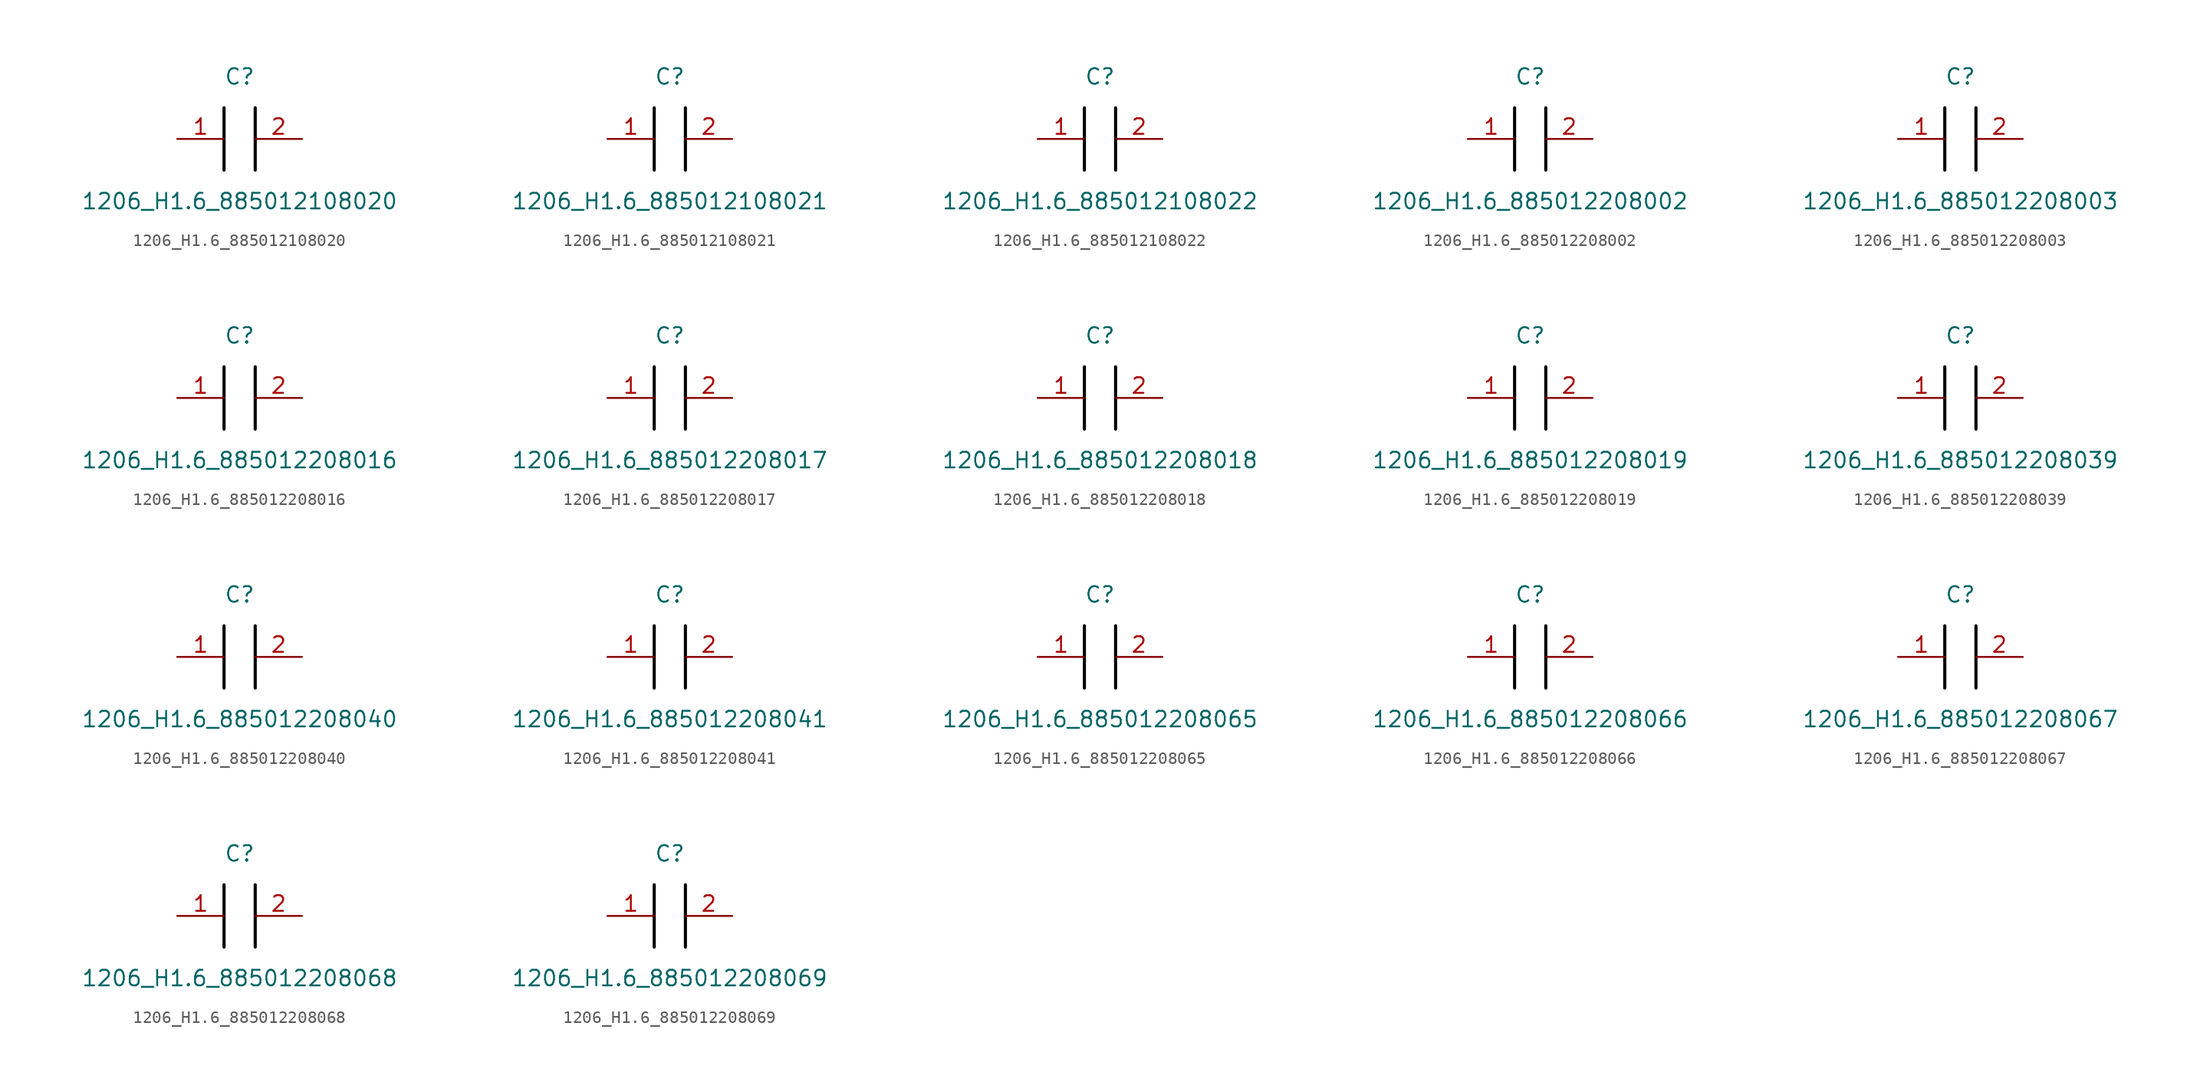
<source format=kicad_sym>
(kicad_symbol_lib
  (version 20220914)
  (generator kicad_symbol_editor)
  (symbol "1206_H1.6_885012108020"
    (pin_names hide)
    (property "Reference" "C"
      (at 0 5.08 0)
      (effects (font (size 1.27 1.27))))
    (property "Value" "1206_H1.6_885012108020"
      (at 0 -5.08 0)
      (effects (font (size 1.27 1.27))))
    (symbol "1206_H1.6_885012108020_1_1"
      (polyline (pts (xy -1.27 2.54) (xy -1.27 -2.54)) (stroke (width 0.254) (type default) (color 0 0 0 1)) (fill (type none)))
      (polyline (pts (xy 1.27 2.54) (xy 1.27 -2.54)) (stroke (width 0.254) (type default) (color 0 0 0 1)) (fill (type none)))
      (pin passive line (at -5.08 0 0) (length 3.81) (name "1" (effects (font (size 1.27 1.27)))) (number "1" (effects (font (size 1.27 1.27)))))
      (pin passive line (at 5.08 0 180) (length 3.81) (name "2" (effects (font (size 1.27 1.27)))) (number "2" (effects (font (size 1.27 1.27)))))))
  (symbol "1206_H1.6_885012108021"
    (pin_names hide)
    (property "Reference" "C"
      (at 0 5.08 0)
      (effects (font (size 1.27 1.27))))
    (property "Value" "1206_H1.6_885012108021"
      (at 0 -5.08 0)
      (effects (font (size 1.27 1.27))))
    (symbol "1206_H1.6_885012108021_1_1"
      (polyline (pts (xy -1.27 2.54) (xy -1.27 -2.54)) (stroke (width 0.254) (type default) (color 0 0 0 1)) (fill (type none)))
      (polyline (pts (xy 1.27 2.54) (xy 1.27 -2.54)) (stroke (width 0.254) (type default) (color 0 0 0 1)) (fill (type none)))
      (pin passive line (at -5.08 0 0) (length 3.81) (name "1" (effects (font (size 1.27 1.27)))) (number "1" (effects (font (size 1.27 1.27)))))
      (pin passive line (at 5.08 0 180) (length 3.81) (name "2" (effects (font (size 1.27 1.27)))) (number "2" (effects (font (size 1.27 1.27)))))))
  (symbol "1206_H1.6_885012108022"
    (pin_names hide)
    (property "Reference" "C"
      (at 0 5.08 0)
      (effects (font (size 1.27 1.27))))
    (property "Value" "1206_H1.6_885012108022"
      (at 0 -5.08 0)
      (effects (font (size 1.27 1.27))))
    (symbol "1206_H1.6_885012108022_1_1"
      (polyline (pts (xy -1.27 2.54) (xy -1.27 -2.54)) (stroke (width 0.254) (type default) (color 0 0 0 1)) (fill (type none)))
      (polyline (pts (xy 1.27 2.54) (xy 1.27 -2.54)) (stroke (width 0.254) (type default) (color 0 0 0 1)) (fill (type none)))
      (pin passive line (at -5.08 0 0) (length 3.81) (name "1" (effects (font (size 1.27 1.27)))) (number "1" (effects (font (size 1.27 1.27)))))
      (pin passive line (at 5.08 0 180) (length 3.81) (name "2" (effects (font (size 1.27 1.27)))) (number "2" (effects (font (size 1.27 1.27)))))))
  (symbol "1206_H1.6_885012208002"
    (pin_names hide)
    (property "Reference" "C"
      (at 0 5.08 0)
      (effects (font (size 1.27 1.27))))
    (property "Value" "1206_H1.6_885012208002"
      (at 0 -5.08 0)
      (effects (font (size 1.27 1.27))))
    (symbol "1206_H1.6_885012208002_1_1"
      (polyline (pts (xy -1.27 2.54) (xy -1.27 -2.54)) (stroke (width 0.254) (type default) (color 0 0 0 1)) (fill (type none)))
      (polyline (pts (xy 1.27 2.54) (xy 1.27 -2.54)) (stroke (width 0.254) (type default) (color 0 0 0 1)) (fill (type none)))
      (pin passive line (at -5.08 0 0) (length 3.81) (name "1" (effects (font (size 1.27 1.27)))) (number "1" (effects (font (size 1.27 1.27)))))
      (pin passive line (at 5.08 0 180) (length 3.81) (name "2" (effects (font (size 1.27 1.27)))) (number "2" (effects (font (size 1.27 1.27)))))))
  (symbol "1206_H1.6_885012208003"
    (pin_names hide)
    (property "Reference" "C"
      (at 0 5.08 0)
      (effects (font (size 1.27 1.27))))
    (property "Value" "1206_H1.6_885012208003"
      (at 0 -5.08 0)
      (effects (font (size 1.27 1.27))))
    (symbol "1206_H1.6_885012208003_1_1"
      (polyline (pts (xy -1.27 2.54) (xy -1.27 -2.54)) (stroke (width 0.254) (type default) (color 0 0 0 1)) (fill (type none)))
      (polyline (pts (xy 1.27 2.54) (xy 1.27 -2.54)) (stroke (width 0.254) (type default) (color 0 0 0 1)) (fill (type none)))
      (pin passive line (at -5.08 0 0) (length 3.81) (name "1" (effects (font (size 1.27 1.27)))) (number "1" (effects (font (size 1.27 1.27)))))
      (pin passive line (at 5.08 0 180) (length 3.81) (name "2" (effects (font (size 1.27 1.27)))) (number "2" (effects (font (size 1.27 1.27)))))))
  (symbol "1206_H1.6_885012208016"
    (pin_names hide)
    (property "Reference" "C"
      (at 0 5.08 0)
      (effects (font (size 1.27 1.27))))
    (property "Value" "1206_H1.6_885012208016"
      (at 0 -5.08 0)
      (effects (font (size 1.27 1.27))))
    (symbol "1206_H1.6_885012208016_1_1"
      (polyline (pts (xy -1.27 2.54) (xy -1.27 -2.54)) (stroke (width 0.254) (type default) (color 0 0 0 1)) (fill (type none)))
      (polyline (pts (xy 1.27 2.54) (xy 1.27 -2.54)) (stroke (width 0.254) (type default) (color 0 0 0 1)) (fill (type none)))
      (pin passive line (at -5.08 0 0) (length 3.81) (name "1" (effects (font (size 1.27 1.27)))) (number "1" (effects (font (size 1.27 1.27)))))
      (pin passive line (at 5.08 0 180) (length 3.81) (name "2" (effects (font (size 1.27 1.27)))) (number "2" (effects (font (size 1.27 1.27)))))))
  (symbol "1206_H1.6_885012208017"
    (pin_names hide)
    (property "Reference" "C"
      (at 0 5.08 0)
      (effects (font (size 1.27 1.27))))
    (property "Value" "1206_H1.6_885012208017"
      (at 0 -5.08 0)
      (effects (font (size 1.27 1.27))))
    (symbol "1206_H1.6_885012208017_1_1"
      (polyline (pts (xy -1.27 2.54) (xy -1.27 -2.54)) (stroke (width 0.254) (type default) (color 0 0 0 1)) (fill (type none)))
      (polyline (pts (xy 1.27 2.54) (xy 1.27 -2.54)) (stroke (width 0.254) (type default) (color 0 0 0 1)) (fill (type none)))
      (pin passive line (at -5.08 0 0) (length 3.81) (name "1" (effects (font (size 1.27 1.27)))) (number "1" (effects (font (size 1.27 1.27)))))
      (pin passive line (at 5.08 0 180) (length 3.81) (name "2" (effects (font (size 1.27 1.27)))) (number "2" (effects (font (size 1.27 1.27)))))))
  (symbol "1206_H1.6_885012208018"
    (pin_names hide)
    (property "Reference" "C"
      (at 0 5.08 0)
      (effects (font (size 1.27 1.27))))
    (property "Value" "1206_H1.6_885012208018"
      (at 0 -5.08 0)
      (effects (font (size 1.27 1.27))))
    (symbol "1206_H1.6_885012208018_1_1"
      (polyline (pts (xy -1.27 2.54) (xy -1.27 -2.54)) (stroke (width 0.254) (type default) (color 0 0 0 1)) (fill (type none)))
      (polyline (pts (xy 1.27 2.54) (xy 1.27 -2.54)) (stroke (width 0.254) (type default) (color 0 0 0 1)) (fill (type none)))
      (pin passive line (at -5.08 0 0) (length 3.81) (name "1" (effects (font (size 1.27 1.27)))) (number "1" (effects (font (size 1.27 1.27)))))
      (pin passive line (at 5.08 0 180) (length 3.81) (name "2" (effects (font (size 1.27 1.27)))) (number "2" (effects (font (size 1.27 1.27)))))))
  (symbol "1206_H1.6_885012208019"
    (pin_names hide)
    (property "Reference" "C"
      (at 0 5.08 0)
      (effects (font (size 1.27 1.27))))
    (property "Value" "1206_H1.6_885012208019"
      (at 0 -5.08 0)
      (effects (font (size 1.27 1.27))))
    (symbol "1206_H1.6_885012208019_1_1"
      (polyline (pts (xy -1.27 2.54) (xy -1.27 -2.54)) (stroke (width 0.254) (type default) (color 0 0 0 1)) (fill (type none)))
      (polyline (pts (xy 1.27 2.54) (xy 1.27 -2.54)) (stroke (width 0.254) (type default) (color 0 0 0 1)) (fill (type none)))
      (pin passive line (at -5.08 0 0) (length 3.81) (name "1" (effects (font (size 1.27 1.27)))) (number "1" (effects (font (size 1.27 1.27)))))
      (pin passive line (at 5.08 0 180) (length 3.81) (name "2" (effects (font (size 1.27 1.27)))) (number "2" (effects (font (size 1.27 1.27)))))))
  (symbol "1206_H1.6_885012208039"
    (pin_names hide)
    (property "Reference" "C"
      (at 0 5.08 0)
      (effects (font (size 1.27 1.27))))
    (property "Value" "1206_H1.6_885012208039"
      (at 0 -5.08 0)
      (effects (font (size 1.27 1.27))))
    (symbol "1206_H1.6_885012208039_1_1"
      (polyline (pts (xy -1.27 2.54) (xy -1.27 -2.54)) (stroke (width 0.254) (type default) (color 0 0 0 1)) (fill (type none)))
      (polyline (pts (xy 1.27 2.54) (xy 1.27 -2.54)) (stroke (width 0.254) (type default) (color 0 0 0 1)) (fill (type none)))
      (pin passive line (at -5.08 0 0) (length 3.81) (name "1" (effects (font (size 1.27 1.27)))) (number "1" (effects (font (size 1.27 1.27)))))
      (pin passive line (at 5.08 0 180) (length 3.81) (name "2" (effects (font (size 1.27 1.27)))) (number "2" (effects (font (size 1.27 1.27)))))))
  (symbol "1206_H1.6_885012208040"
    (pin_names hide)
    (property "Reference" "C"
      (at 0 5.08 0)
      (effects (font (size 1.27 1.27))))
    (property "Value" "1206_H1.6_885012208040"
      (at 0 -5.08 0)
      (effects (font (size 1.27 1.27))))
    (symbol "1206_H1.6_885012208040_1_1"
      (polyline (pts (xy -1.27 2.54) (xy -1.27 -2.54)) (stroke (width 0.254) (type default) (color 0 0 0 1)) (fill (type none)))
      (polyline (pts (xy 1.27 2.54) (xy 1.27 -2.54)) (stroke (width 0.254) (type default) (color 0 0 0 1)) (fill (type none)))
      (pin passive line (at -5.08 0 0) (length 3.81) (name "1" (effects (font (size 1.27 1.27)))) (number "1" (effects (font (size 1.27 1.27)))))
      (pin passive line (at 5.08 0 180) (length 3.81) (name "2" (effects (font (size 1.27 1.27)))) (number "2" (effects (font (size 1.27 1.27)))))))
  (symbol "1206_H1.6_885012208041"
    (pin_names hide)
    (property "Reference" "C"
      (at 0 5.08 0)
      (effects (font (size 1.27 1.27))))
    (property "Value" "1206_H1.6_885012208041"
      (at 0 -5.08 0)
      (effects (font (size 1.27 1.27))))
    (symbol "1206_H1.6_885012208041_1_1"
      (polyline (pts (xy -1.27 2.54) (xy -1.27 -2.54)) (stroke (width 0.254) (type default) (color 0 0 0 1)) (fill (type none)))
      (polyline (pts (xy 1.27 2.54) (xy 1.27 -2.54)) (stroke (width 0.254) (type default) (color 0 0 0 1)) (fill (type none)))
      (pin passive line (at -5.08 0 0) (length 3.81) (name "1" (effects (font (size 1.27 1.27)))) (number "1" (effects (font (size 1.27 1.27)))))
      (pin passive line (at 5.08 0 180) (length 3.81) (name "2" (effects (font (size 1.27 1.27)))) (number "2" (effects (font (size 1.27 1.27)))))))
  (symbol "1206_H1.6_885012208065"
    (pin_names hide)
    (property "Reference" "C"
      (at 0 5.08 0)
      (effects (font (size 1.27 1.27))))
    (property "Value" "1206_H1.6_885012208065"
      (at 0 -5.08 0)
      (effects (font (size 1.27 1.27))))
    (symbol "1206_H1.6_885012208065_1_1"
      (polyline (pts (xy -1.27 2.54) (xy -1.27 -2.54)) (stroke (width 0.254) (type default) (color 0 0 0 1)) (fill (type none)))
      (polyline (pts (xy 1.27 2.54) (xy 1.27 -2.54)) (stroke (width 0.254) (type default) (color 0 0 0 1)) (fill (type none)))
      (pin passive line (at -5.08 0 0) (length 3.81) (name "1" (effects (font (size 1.27 1.27)))) (number "1" (effects (font (size 1.27 1.27)))))
      (pin passive line (at 5.08 0 180) (length 3.81) (name "2" (effects (font (size 1.27 1.27)))) (number "2" (effects (font (size 1.27 1.27)))))))
  (symbol "1206_H1.6_885012208066"
    (pin_names hide)
    (property "Reference" "C"
      (at 0 5.08 0)
      (effects (font (size 1.27 1.27))))
    (property "Value" "1206_H1.6_885012208066"
      (at 0 -5.08 0)
      (effects (font (size 1.27 1.27))))
    (symbol "1206_H1.6_885012208066_1_1"
      (polyline (pts (xy -1.27 2.54) (xy -1.27 -2.54)) (stroke (width 0.254) (type default) (color 0 0 0 1)) (fill (type none)))
      (polyline (pts (xy 1.27 2.54) (xy 1.27 -2.54)) (stroke (width 0.254) (type default) (color 0 0 0 1)) (fill (type none)))
      (pin passive line (at -5.08 0 0) (length 3.81) (name "1" (effects (font (size 1.27 1.27)))) (number "1" (effects (font (size 1.27 1.27)))))
      (pin passive line (at 5.08 0 180) (length 3.81) (name "2" (effects (font (size 1.27 1.27)))) (number "2" (effects (font (size 1.27 1.27)))))))
  (symbol "1206_H1.6_885012208067"
    (pin_names hide)
    (property "Reference" "C"
      (at 0 5.08 0)
      (effects (font (size 1.27 1.27))))
    (property "Value" "1206_H1.6_885012208067"
      (at 0 -5.08 0)
      (effects (font (size 1.27 1.27))))
    (symbol "1206_H1.6_885012208067_1_1"
      (polyline (pts (xy -1.27 2.54) (xy -1.27 -2.54)) (stroke (width 0.254) (type default) (color 0 0 0 1)) (fill (type none)))
      (polyline (pts (xy 1.27 2.54) (xy 1.27 -2.54)) (stroke (width 0.254) (type default) (color 0 0 0 1)) (fill (type none)))
      (pin passive line (at -5.08 0 0) (length 3.81) (name "1" (effects (font (size 1.27 1.27)))) (number "1" (effects (font (size 1.27 1.27)))))
      (pin passive line (at 5.08 0 180) (length 3.81) (name "2" (effects (font (size 1.27 1.27)))) (number "2" (effects (font (size 1.27 1.27)))))))
  (symbol "1206_H1.6_885012208068"
    (pin_names hide)
    (property "Reference" "C"
      (at 0 5.08 0)
      (effects (font (size 1.27 1.27))))
    (property "Value" "1206_H1.6_885012208068"
      (at 0 -5.08 0)
      (effects (font (size 1.27 1.27))))
    (symbol "1206_H1.6_885012208068_1_1"
      (polyline (pts (xy -1.27 2.54) (xy -1.27 -2.54)) (stroke (width 0.254) (type default) (color 0 0 0 1)) (fill (type none)))
      (polyline (pts (xy 1.27 2.54) (xy 1.27 -2.54)) (stroke (width 0.254) (type default) (color 0 0 0 1)) (fill (type none)))
      (pin passive line (at -5.08 0 0) (length 3.81) (name "1" (effects (font (size 1.27 1.27)))) (number "1" (effects (font (size 1.27 1.27)))))
      (pin passive line (at 5.08 0 180) (length 3.81) (name "2" (effects (font (size 1.27 1.27)))) (number "2" (effects (font (size 1.27 1.27)))))))
  (symbol "1206_H1.6_885012208069"
    (pin_names hide)
    (property "Reference" "C"
      (at 0 5.08 0)
      (effects (font (size 1.27 1.27))))
    (property "Value" "1206_H1.6_885012208069"
      (at 0 -5.08 0)
      (effects (font (size 1.27 1.27))))
    (symbol "1206_H1.6_885012208069_1_1"
      (polyline (pts (xy -1.27 2.54) (xy -1.27 -2.54)) (stroke (width 0.254) (type default) (color 0 0 0 1)) (fill (type none)))
      (polyline (pts (xy 1.27 2.54) (xy 1.27 -2.54)) (stroke (width 0.254) (type default) (color 0 0 0 1)) (fill (type none)))
      (pin passive line (at -5.08 0 0) (length 3.81) (name "1" (effects (font (size 1.27 1.27)))) (number "1" (effects (font (size 1.27 1.27)))))
      (pin passive line (at 5.08 0 180) (length 3.81) (name "2" (effects (font (size 1.27 1.27)))) (number "2" (effects (font (size 1.27 1.27))))))))
</source>
